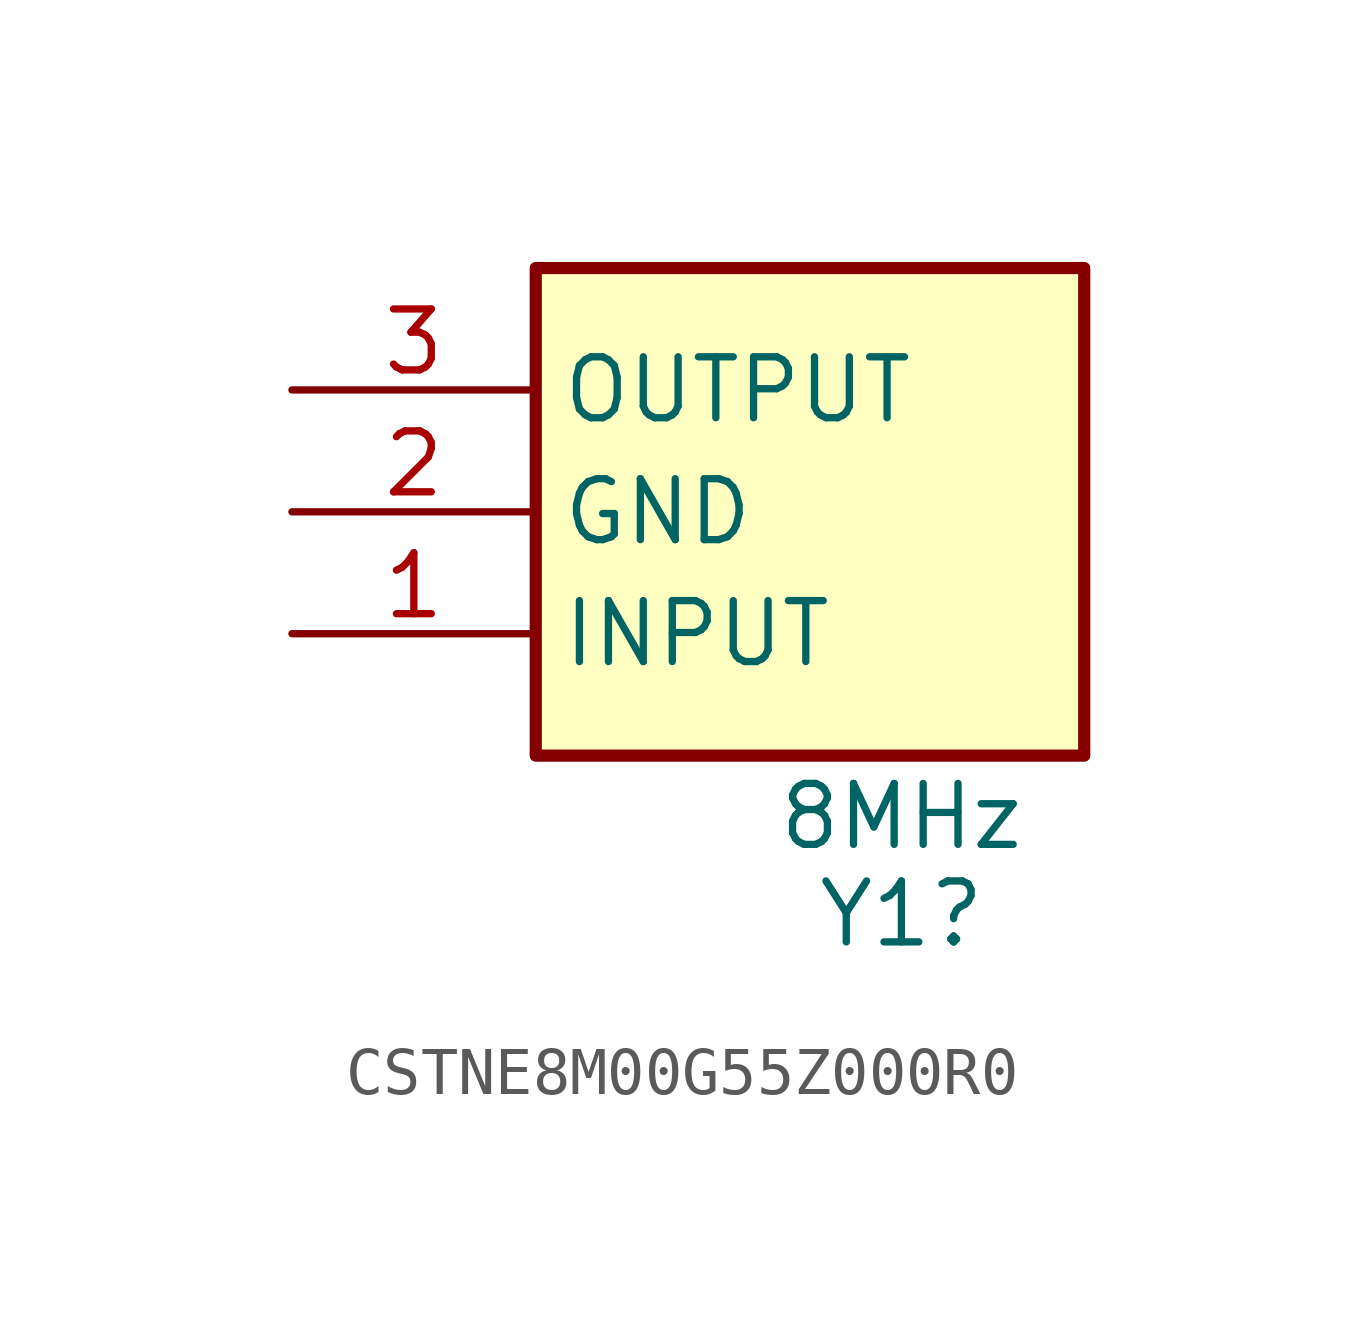
<source format=kicad_sym>
(kicad_symbol_lib
  (version 20241209)
  (generator "kicad_symbol_editor")
  (generator_version "9.0")
  (symbol "CSTNE8M00G55Z000R0"
    (property "Reference" "Y1"
      (at 12.7 -10.922 0)
      (effects (font (size 1.27 1.27))))
    (property "Value" "8MHz"
      (at 12.7 -8.89 0)
      (effects (font (size 1.27 1.27))))
    (symbol "CSTNE8M00G55Z000R0_1_1"
      (rectangle (start 5.08 2.54) (end 16.51 -7.62) (stroke (width 0.254) (type default)) (fill (type background)))
      (pin passive line (at 0 0 0) (length 5.08) (name "OUTPUT" (effects (font (size 1.27 1.27)))) (number "3" (effects (font (size 1.27 1.27)))))
      (pin passive line (at 0 -2.54 0) (length 5.08) (name "GND" (effects (font (size 1.27 1.27)))) (number "2" (effects (font (size 1.27 1.27)))))
      (pin passive line (at 0 -5.08 0) (length 5.08) (name "INPUT" (effects (font (size 1.27 1.27)))) (number "1" (effects (font (size 1.27 1.27))))))))
</source>
